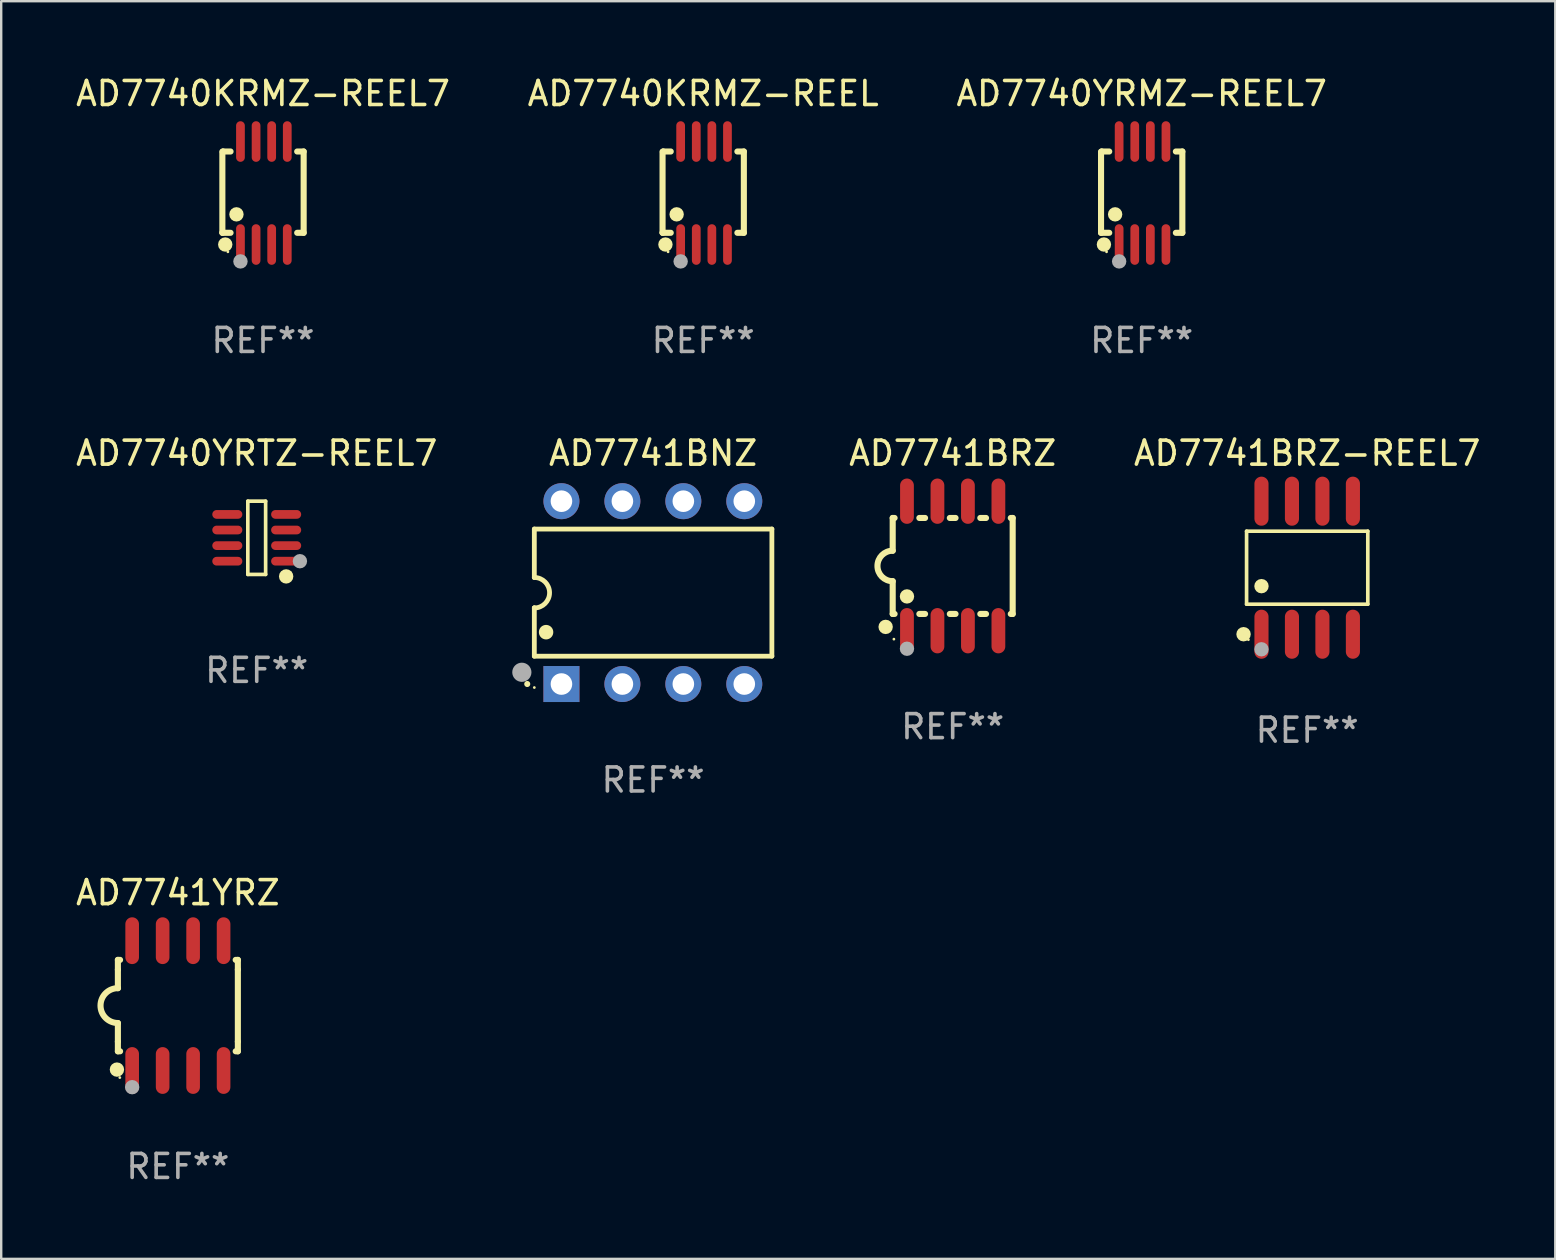
<source format=kicad_pcb>
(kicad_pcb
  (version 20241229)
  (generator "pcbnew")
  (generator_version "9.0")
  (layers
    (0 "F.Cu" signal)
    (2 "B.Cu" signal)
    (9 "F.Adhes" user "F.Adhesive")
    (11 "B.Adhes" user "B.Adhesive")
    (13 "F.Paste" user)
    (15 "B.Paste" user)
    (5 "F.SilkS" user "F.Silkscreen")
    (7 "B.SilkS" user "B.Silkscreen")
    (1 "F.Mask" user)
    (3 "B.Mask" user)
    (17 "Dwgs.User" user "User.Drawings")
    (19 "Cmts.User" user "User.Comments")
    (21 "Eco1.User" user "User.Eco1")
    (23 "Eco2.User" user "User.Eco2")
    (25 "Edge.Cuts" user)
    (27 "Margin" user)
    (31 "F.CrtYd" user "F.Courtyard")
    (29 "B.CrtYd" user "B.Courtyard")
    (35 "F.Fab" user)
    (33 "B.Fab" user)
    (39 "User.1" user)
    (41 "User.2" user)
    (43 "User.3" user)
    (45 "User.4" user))
  (footprint "AD7740YRMZ-REEL7"
    (layer "F.Cu")
    (at 44.53 4.994)
    (property "Reference" "AD7740YRMZ-REEL7" (at 0 -4.146 0) (layer "F.SilkS") (effects (font (size 1 1) (thickness 0.15))))
    (attr through_hole)
    (fp_line (start -1.694 -1.724) (end -1.694 1.652) (stroke (width 0.254) (type solid)) (layer "F.SilkS"))
    (fp_line (start -1.694 1.652) (end -1.688 1.658) (stroke (width 0.254) (type solid)) (layer "F.SilkS"))
    (fp_line (start -1.688 1.658) (end -1.353 1.658) (stroke (width 0.254) (type solid)) (layer "F.SilkS"))
    (fp_line (start -1.661 -1.73) (end -1.681 -1.71) (stroke (width 0.254) (type solid)) (layer "F.SilkS"))
    (fp_line (start -1.353 -1.73) (end -1.661 -1.73) (stroke (width 0.254) (type solid)) (layer "F.SilkS"))
    (fp_line (start 1.424 1.658) (end 1.694 1.658) (stroke (width 0.254) (type solid)) (layer "F.SilkS"))
    (fp_line (start 1.694 -1.73) (end 1.424 -1.73) (stroke (width 0.254) (type solid)) (layer "F.SilkS"))
    (fp_line (start 1.694 1.658) (end 1.694 -1.73) (stroke (width 0.254) (type solid)) (layer "F.SilkS"))
    (fp_circle (center -1.574 2.146) (end -1.424 2.146) (stroke (width 0.3) (type solid)) (fill no) (layer "F.SilkS"))
    (fp_circle (center -1.464 2.45) (end -1.434 2.45) (stroke (width 0.06) (type solid)) (fill no) (layer "F.SilkS"))
    (fp_circle (center -1.107 0.889) (end -0.957 0.889) (stroke (width 0.3) (type solid)) (fill no) (layer "F.SilkS"))
    (fp_circle (center -0.94 2.85) (end -0.789 2.85) (stroke (width 0.3) (type solid)) (fill no) (layer "F.Fab"))
    (fp_text user "REF**" (at 0 6.146 0) (layer "F.Fab") (effects (font (size 1 1) (thickness 0.15))))
    (pad "1" smd oval (at -0.94 2.146) (size 0.364 1.692) (layers "F.Cu" "F.Mask" "F.Paste"))
    (pad "2" smd oval (at -0.289 2.146) (size 0.364 1.692) (layers "F.Cu" "F.Mask" "F.Paste"))
    (pad "3" smd oval (at 0.361 2.146) (size 0.364 1.692) (layers "F.Cu" "F.Mask" "F.Paste"))
    (pad "4" smd oval (at 1.011 2.146) (size 0.364 1.692) (layers "F.Cu" "F.Mask" "F.Paste"))
    (pad "5" smd oval (at 1.011 -2.146) (size 0.364 1.692) (layers "F.Cu" "F.Mask" "F.Paste"))
    (pad "6" smd oval (at 0.361 -2.146) (size 0.364 1.692) (layers "F.Cu" "F.Mask" "F.Paste"))
    (pad "7" smd oval (at -0.289 -2.146) (size 0.364 1.692) (layers "F.Cu" "F.Mask" "F.Paste"))
    (pad "8" smd oval (at -0.94 -2.146) (size 0.364 1.692) (layers "F.Cu" "F.Mask" "F.Paste")))
  (footprint "AD7741BRZ-REEL7"
    (layer "F.Cu")
    (at 51.427 20.609)
    (property "Reference" "AD7741BRZ-REEL7" (at 0 -4.772 0) (layer "F.SilkS") (effects (font (size 1 1) (thickness 0.15))))
    (attr through_hole)
    (fp_line (start -2.526 -1.521) (end 2.526 -1.521) (stroke (width 0.152) (type solid)) (layer "F.SilkS"))
    (fp_line (start -2.526 1.521) (end -2.526 -1.521) (stroke (width 0.152) (type solid)) (layer "F.SilkS"))
    (fp_line (start 2.526 -1.521) (end 2.526 1.521) (stroke (width 0.152) (type solid)) (layer "F.SilkS"))
    (fp_line (start 2.526 1.521) (end -2.526 1.521) (stroke (width 0.152) (type solid)) (layer "F.SilkS"))
    (fp_circle (center -2.652 2.772) (end -2.501 2.772) (stroke (width 0.3) (type solid)) (fill no) (layer "F.SilkS"))
    (fp_circle (center -2.45 3) (end -2.42 3) (stroke (width 0.06) (type solid)) (fill no) (layer "F.SilkS"))
    (fp_circle (center -1.905 0.769) (end -1.755 0.769) (stroke (width 0.3) (type solid)) (fill no) (layer "F.SilkS"))
    (fp_circle (center -1.905 3.4) (end -1.755 3.4) (stroke (width 0.3) (type solid)) (fill no) (layer "F.Fab"))
    (fp_text user "REF**" (at 0 6.772 0) (layer "F.Fab") (effects (font (size 1 1) (thickness 0.15))))
    (pad "1" smd oval (at -1.905 2.772) (size 0.588 2.045) (layers "F.Cu" "F.Mask" "F.Paste"))
    (pad "2" smd oval (at -0.635 2.772) (size 0.588 2.045) (layers "F.Cu" "F.Mask" "F.Paste"))
    (pad "3" smd oval (at 0.635 2.772) (size 0.588 2.045) (layers "F.Cu" "F.Mask" "F.Paste"))
    (pad "4" smd oval (at 1.905 2.772) (size 0.588 2.045) (layers "F.Cu" "F.Mask" "F.Paste"))
    (pad "5" smd oval (at 1.905 -2.772) (size 0.588 2.045) (layers "F.Cu" "F.Mask" "F.Paste"))
    (pad "6" smd oval (at 0.635 -2.772) (size 0.588 2.045) (layers "F.Cu" "F.Mask" "F.Paste"))
    (pad "7" smd oval (at -0.635 -2.772) (size 0.588 2.045) (layers "F.Cu" "F.Mask" "F.Paste"))
    (pad "8" smd oval (at -1.905 -2.772) (size 0.588 2.045) (layers "F.Cu" "F.Mask" "F.Paste")))
  (footprint "AD7740KRMZ-REEL7"
    (layer "F.Cu")
    (at 7.911 4.994)
    (property "Reference" "AD7740KRMZ-REEL7" (at 0 -4.146 0) (layer "F.SilkS") (effects (font (size 1 1) (thickness 0.15))))
    (attr through_hole)
    (fp_line (start -1.694 -1.724) (end -1.694 1.652) (stroke (width 0.254) (type solid)) (layer "F.SilkS"))
    (fp_line (start -1.694 1.652) (end -1.688 1.658) (stroke (width 0.254) (type solid)) (layer "F.SilkS"))
    (fp_line (start -1.688 1.658) (end -1.353 1.658) (stroke (width 0.254) (type solid)) (layer "F.SilkS"))
    (fp_line (start -1.661 -1.73) (end -1.681 -1.71) (stroke (width 0.254) (type solid)) (layer "F.SilkS"))
    (fp_line (start -1.353 -1.73) (end -1.661 -1.73) (stroke (width 0.254) (type solid)) (layer "F.SilkS"))
    (fp_line (start 1.424 1.658) (end 1.694 1.658) (stroke (width 0.254) (type solid)) (layer "F.SilkS"))
    (fp_line (start 1.694 -1.73) (end 1.424 -1.73) (stroke (width 0.254) (type solid)) (layer "F.SilkS"))
    (fp_line (start 1.694 1.658) (end 1.694 -1.73) (stroke (width 0.254) (type solid)) (layer "F.SilkS"))
    (fp_circle (center -1.574 2.146) (end -1.424 2.146) (stroke (width 0.3) (type solid)) (fill no) (layer "F.SilkS"))
    (fp_circle (center -1.464 2.45) (end -1.434 2.45) (stroke (width 0.06) (type solid)) (fill no) (layer "F.SilkS"))
    (fp_circle (center -1.107 0.889) (end -0.957 0.889) (stroke (width 0.3) (type solid)) (fill no) (layer "F.SilkS"))
    (fp_circle (center -0.94 2.85) (end -0.789 2.85) (stroke (width 0.3) (type solid)) (fill no) (layer "F.Fab"))
    (fp_text user "REF**" (at 0 6.146 0) (layer "F.Fab") (effects (font (size 1 1) (thickness 0.15))))
    (pad "1" smd oval (at -0.94 2.146) (size 0.364 1.692) (layers "F.Cu" "F.Mask" "F.Paste"))
    (pad "2" smd oval (at -0.289 2.146) (size 0.364 1.692) (layers "F.Cu" "F.Mask" "F.Paste"))
    (pad "3" smd oval (at 0.361 2.146) (size 0.364 1.692) (layers "F.Cu" "F.Mask" "F.Paste"))
    (pad "4" smd oval (at 1.011 2.146) (size 0.364 1.692) (layers "F.Cu" "F.Mask" "F.Paste"))
    (pad "5" smd oval (at 1.011 -2.146) (size 0.364 1.692) (layers "F.Cu" "F.Mask" "F.Paste"))
    (pad "6" smd oval (at 0.361 -2.146) (size 0.364 1.692) (layers "F.Cu" "F.Mask" "F.Paste"))
    (pad "7" smd oval (at -0.289 -2.146) (size 0.364 1.692) (layers "F.Cu" "F.Mask" "F.Paste"))
    (pad "8" smd oval (at -0.94 -2.146) (size 0.364 1.692) (layers "F.Cu" "F.Mask" "F.Paste")))
  (footprint "AD7740KRMZ-REEL"
    (layer "F.Cu")
    (at 26.256 4.994)
    (property "Reference" "AD7740KRMZ-REEL" (at 0 -4.146 0) (layer "F.SilkS") (effects (font (size 1 1) (thickness 0.15))))
    (attr through_hole)
    (fp_line (start -1.694 -1.724) (end -1.694 1.652) (stroke (width 0.254) (type solid)) (layer "F.SilkS"))
    (fp_line (start -1.694 1.652) (end -1.688 1.658) (stroke (width 0.254) (type solid)) (layer "F.SilkS"))
    (fp_line (start -1.688 1.658) (end -1.353 1.658) (stroke (width 0.254) (type solid)) (layer "F.SilkS"))
    (fp_line (start -1.661 -1.73) (end -1.681 -1.71) (stroke (width 0.254) (type solid)) (layer "F.SilkS"))
    (fp_line (start -1.353 -1.73) (end -1.661 -1.73) (stroke (width 0.254) (type solid)) (layer "F.SilkS"))
    (fp_line (start 1.424 1.658) (end 1.694 1.658) (stroke (width 0.254) (type solid)) (layer "F.SilkS"))
    (fp_line (start 1.694 -1.73) (end 1.424 -1.73) (stroke (width 0.254) (type solid)) (layer "F.SilkS"))
    (fp_line (start 1.694 1.658) (end 1.694 -1.73) (stroke (width 0.254) (type solid)) (layer "F.SilkS"))
    (fp_circle (center -1.574 2.146) (end -1.424 2.146) (stroke (width 0.3) (type solid)) (fill no) (layer "F.SilkS"))
    (fp_circle (center -1.464 2.45) (end -1.434 2.45) (stroke (width 0.06) (type solid)) (fill no) (layer "F.SilkS"))
    (fp_circle (center -1.107 0.889) (end -0.957 0.889) (stroke (width 0.3) (type solid)) (fill no) (layer "F.SilkS"))
    (fp_circle (center -0.94 2.85) (end -0.789 2.85) (stroke (width 0.3) (type solid)) (fill no) (layer "F.Fab"))
    (fp_text user "REF**" (at 0 6.146 0) (layer "F.Fab") (effects (font (size 1 1) (thickness 0.15))))
    (pad "1" smd oval (at -0.94 2.146) (size 0.364 1.692) (layers "F.Cu" "F.Mask" "F.Paste"))
    (pad "2" smd oval (at -0.289 2.146) (size 0.364 1.692) (layers "F.Cu" "F.Mask" "F.Paste"))
    (pad "3" smd oval (at 0.361 2.146) (size 0.364 1.692) (layers "F.Cu" "F.Mask" "F.Paste"))
    (pad "4" smd oval (at 1.011 2.146) (size 0.364 1.692) (layers "F.Cu" "F.Mask" "F.Paste"))
    (pad "5" smd oval (at 1.011 -2.146) (size 0.364 1.692) (layers "F.Cu" "F.Mask" "F.Paste"))
    (pad "6" smd oval (at 0.361 -2.146) (size 0.364 1.692) (layers "F.Cu" "F.Mask" "F.Paste"))
    (pad "7" smd oval (at -0.289 -2.146) (size 0.364 1.692) (layers "F.Cu" "F.Mask" "F.Paste"))
    (pad "8" smd oval (at -0.94 -2.146) (size 0.364 1.692) (layers "F.Cu" "F.Mask" "F.Paste")))
  (footprint "AD7741BRZ"
    (layer "F.Cu")
    (at 36.653 20.536)
    (property "Reference" "AD7741BRZ" (at 0 -4.699 0) (layer "F.SilkS") (effects (font (size 1 1) (thickness 0.15))))
    (attr through_hole)
    (fp_line (start -2.5 -2) (end -2.5 -0.635) (stroke (width 0.254) (type solid)) (layer "F.SilkS"))
    (fp_line (start -2.5 -2) (end -2.421 -2) (stroke (width 0.254) (type solid)) (layer "F.SilkS"))
    (fp_line (start -2.5 2) (end -2.5 0.635) (stroke (width 0.254) (type solid)) (layer "F.SilkS"))
    (fp_line (start -2.5 2) (end -2.421 2) (stroke (width 0.254) (type solid)) (layer "F.SilkS"))
    (fp_line (start -1.389 -2) (end -1.151 -2) (stroke (width 0.254) (type solid)) (layer "F.SilkS"))
    (fp_line (start -1.389 2) (end -1.151 2) (stroke (width 0.254) (type solid)) (layer "F.SilkS"))
    (fp_line (start -0.119 -2) (end 0.119 -2) (stroke (width 0.254) (type solid)) (layer "F.SilkS"))
    (fp_line (start -0.119 2) (end 0.119 2) (stroke (width 0.254) (type solid)) (layer "F.SilkS"))
    (fp_line (start 1.151 -2) (end 1.389 -2) (stroke (width 0.254) (type solid)) (layer "F.SilkS"))
    (fp_line (start 1.151 2) (end 1.389 2) (stroke (width 0.254) (type solid)) (layer "F.SilkS"))
    (fp_line (start 2.421 -2) (end 2.5 -2) (stroke (width 0.254) (type solid)) (layer "F.SilkS"))
    (fp_line (start 2.421 2) (end 2.5 2) (stroke (width 0.254) (type solid)) (layer "F.SilkS"))
    (fp_line (start 2.5 -2) (end 2.5 2) (stroke (width 0.254) (type solid)) (layer "F.SilkS"))
    (fp_arc (start -2.5 0.635001) (mid -3.134366 -0.000318) (end -2.499365 -0.635001) (stroke (width 0.254001) (type solid)) (layer "F.SilkS"))
    (fp_circle (center -2.794 2.54) (end -2.644 2.54) (stroke (width 0.3) (type solid)) (fill no) (layer "F.SilkS"))
    (fp_circle (center -2.45 3.05) (end -2.42 3.05) (stroke (width 0.06) (type solid)) (fill no) (layer "F.SilkS"))
    (fp_circle (center -1.905 1.27) (end -1.755 1.27) (stroke (width 0.3) (type solid)) (fill no) (layer "F.SilkS"))
    (fp_circle (center -1.905 3.45) (end -1.755 3.45) (stroke (width 0.3) (type solid)) (fill no) (layer "F.Fab"))
    (fp_text user "REF**" (at 0 6.699 0) (layer "F.Fab") (effects (font (size 1 1) (thickness 0.15))))
    (pad "1" smd oval (at -1.905 2.699) (size 0.574 1.888) (layers "F.Cu" "F.Mask" "F.Paste"))
    (pad "2" smd oval (at -0.635 2.699) (size 0.574 1.888) (layers "F.Cu" "F.Mask" "F.Paste"))
    (pad "3" smd oval (at 0.635 2.699) (size 0.574 1.888) (layers "F.Cu" "F.Mask" "F.Paste"))
    (pad "4" smd oval (at 1.905 2.699) (size 0.574 1.888) (layers "F.Cu" "F.Mask" "F.Paste"))
    (pad "5" smd oval (at 1.905 -2.699) (size 0.574 1.888) (layers "F.Cu" "F.Mask" "F.Paste"))
    (pad "6" smd oval (at 0.635 -2.699) (size 0.574 1.888) (layers "F.Cu" "F.Mask" "F.Paste"))
    (pad "7" smd oval (at -0.635 -2.699) (size 0.574 1.888) (layers "F.Cu" "F.Mask" "F.Paste"))
    (pad "8" smd oval (at -1.905 -2.699) (size 0.574 1.888) (layers "F.Cu" "F.Mask" "F.Paste")))
  (footprint "AD7741YRZ"
    (layer "F.Cu")
    (at 4.363 38.858)
    (property "Reference" "AD7741YRZ" (at 0 -4.705 0) (layer "F.SilkS") (effects (font (size 1 1) (thickness 0.15))))
    (attr through_hole)
    (fp_line (start -2.5 -1.905) (end -2.409 -1.905) (stroke (width 0.254) (type solid)) (layer "F.SilkS"))
    (fp_line (start -2.5 -1.5) (end -2.5 -1.905) (stroke (width 0.254) (type solid)) (layer "F.SilkS"))
    (fp_line (start -2.5 -1.5) (end -2.5 -0.726) (stroke (width 0.254) (type solid)) (layer "F.SilkS"))
    (fp_line (start -2.5 1.5) (end -2.5 0.727) (stroke (width 0.254) (type solid)) (layer "F.SilkS"))
    (fp_line (start -2.5 1.5) (end -2.5 1.905) (stroke (width 0.254) (type solid)) (layer "F.SilkS"))
    (fp_line (start -2.5 1.905) (end -2.409 1.905) (stroke (width 0.254) (type solid)) (layer "F.SilkS"))
    (fp_line (start 2.5 -1.905) (end 2.409 -1.905) (stroke (width 0.254) (type solid)) (layer "F.SilkS"))
    (fp_line (start 2.5 -1.5) (end 2.5 -1.905) (stroke (width 0.254) (type solid)) (layer "F.SilkS"))
    (fp_line (start 2.5 -1.5) (end 2.5 1.5) (stroke (width 0.254) (type solid)) (layer "F.SilkS"))
    (fp_line (start 2.5 1.5) (end 2.5 1.905) (stroke (width 0.254) (type solid)) (layer "F.SilkS"))
    (fp_line (start 2.5 1.905) (end 2.409 1.905) (stroke (width 0.254) (type solid)) (layer "F.SilkS"))
    (fp_arc (start -2.5 0.726568) (mid -3.220316 -0.0023) (end -2.495097 -0.726289) (stroke (width 0.254001) (type solid)) (layer "F.SilkS"))
    (fp_circle (center -2.54 2.667) (end -2.39 2.667) (stroke (width 0.3) (type solid)) (fill no) (layer "F.SilkS"))
    (fp_circle (center -2.42 3) (end -2.39 3) (stroke (width 0.06) (type solid)) (fill no) (layer "F.SilkS"))
    (fp_circle (center -1.905 3.4) (end -1.755 3.4) (stroke (width 0.3) (type solid)) (fill no) (layer "F.Fab"))
    (fp_text user "REF**" (at 0 6.705 0) (layer "F.Fab") (effects (font (size 1 1) (thickness 0.15))))
    (pad "1" smd oval (at -1.905 2.705) (size 0.568 1.95) (layers "F.Cu" "F.Mask" "F.Paste"))
    (pad "2" smd oval (at -0.635 2.705) (size 0.568 1.95) (layers "F.Cu" "F.Mask" "F.Paste"))
    (pad "3" smd oval (at 0.635 2.705) (size 0.568 1.95) (layers "F.Cu" "F.Mask" "F.Paste"))
    (pad "4" smd oval (at 1.905 2.705) (size 0.568 1.95) (layers "F.Cu" "F.Mask" "F.Paste"))
    (pad "5" smd oval (at 1.905 -2.705) (size 0.568 1.95) (layers "F.Cu" "F.Mask" "F.Paste"))
    (pad "6" smd oval (at 0.635 -2.705) (size 0.568 1.95) (layers "F.Cu" "F.Mask" "F.Paste"))
    (pad "7" smd oval (at -0.635 -2.705) (size 0.568 1.95) (layers "F.Cu" "F.Mask" "F.Paste"))
    (pad "8" smd oval (at -1.905 -2.705) (size 0.568 1.95) (layers "F.Cu" "F.Mask" "F.Paste")))
  (footprint "AD7740YRTZ-REEL7"
    (layer "F.Cu")
    (at 7.649 19.363)
    (property "Reference" "AD7740YRTZ-REEL7" (at 0 -3.526 0) (layer "F.SilkS") (effects (font (size 1 1) (thickness 0.15))))
    (attr through_hole)
    (fp_line (start -0.371 -1.526) (end 0.371 -1.526) (stroke (width 0.152) (type solid)) (layer "F.SilkS"))
    (fp_line (start -0.371 1.526) (end -0.371 -1.526) (stroke (width 0.152) (type solid)) (layer "F.SilkS"))
    (fp_line (start 0.371 -1.526) (end 0.371 1.526) (stroke (width 0.152) (type solid)) (layer "F.SilkS"))
    (fp_line (start 0.371 1.526) (end -0.371 1.526) (stroke (width 0.152) (type solid)) (layer "F.SilkS"))
    (fp_circle (center 1.226 1.609) (end 1.376 1.609) (stroke (width 0.3) (type solid)) (fill no) (layer "F.SilkS"))
    (fp_circle (center 1.4 1.45) (end 1.43 1.45) (stroke (width 0.06) (type solid)) (fill no) (layer "F.SilkS"))
    (fp_circle (center 1.8 0.975) (end 1.95 0.975) (stroke (width 0.3) (type solid)) (fill no) (layer "F.Fab"))
    (fp_text user "REF**" (at 0 5.526 0) (layer "F.Fab") (effects (font (size 1 1) (thickness 0.15))))
    (pad "1" smd oval (at 1.226 0.975) (size 1.252 0.364) (layers "F.Cu" "F.Mask" "F.Paste"))
    (pad "2" smd oval (at 1.226 0.325) (size 1.252 0.364) (layers "F.Cu" "F.Mask" "F.Paste"))
    (pad "3" smd oval (at 1.226 -0.325) (size 1.252 0.364) (layers "F.Cu" "F.Mask" "F.Paste"))
    (pad "4" smd oval (at 1.226 -0.975) (size 1.252 0.364) (layers "F.Cu" "F.Mask" "F.Paste"))
    (pad "5" smd oval (at -1.226 -0.975) (size 1.252 0.364) (layers "F.Cu" "F.Mask" "F.Paste"))
    (pad "6" smd oval (at -1.226 -0.325) (size 1.252 0.364) (layers "F.Cu" "F.Mask" "F.Paste"))
    (pad "7" smd oval (at -1.226 0.325) (size 1.252 0.364) (layers "F.Cu" "F.Mask" "F.Paste"))
    (pad "8" smd oval (at -1.226 0.975) (size 1.252 0.364) (layers "F.Cu" "F.Mask" "F.Paste")))
  (footprint "AD7741BNZ"
    (layer "F.Cu")
    (at 24.168 21.647)
    (property "Reference" "AD7741BNZ" (at 0 -5.81 0) (layer "F.SilkS") (effects (font (size 1 1) (thickness 0.15))))
    (attr through_hole)
    (fp_line (start -4.95 -2.649) (end 4.95 -2.649) (stroke (width 0.2) (type solid)) (layer "F.SilkS"))
    (fp_line (start -4.95 -0.635) (end -4.95 -2.649) (stroke (width 0.2) (type solid)) (layer "F.SilkS"))
    (fp_line (start -4.95 0.635) (end -4.95 0.64) (stroke (width 0.2) (type solid)) (layer "F.SilkS"))
    (fp_line (start -4.95 2.649) (end -4.95 0.635) (stroke (width 0.2) (type solid)) (layer "F.SilkS"))
    (fp_line (start -4.95 -0.64) (end -4.95 -0.635) (stroke (width 0.2) (type solid)) (layer "F.SilkS"))
    (fp_line (start 4.95 -2.649) (end 4.95 2.649) (stroke (width 0.2) (type solid)) (layer "F.SilkS"))
    (fp_line (start 4.95 2.649) (end -4.95 2.649) (stroke (width 0.2) (type solid)) (layer "F.SilkS"))
    (fp_arc (start -5.24511 3.810008) (mid -5.245117 3.808738) (end -5.24511 3.807468) (stroke (width 0.25) (type solid)) (layer "F.SilkS"))
    (fp_arc (start -4.950165 -0.629997) (mid -4.315164 0.005004) (end -4.950165 0.640005) (stroke (width 0.2) (type solid)) (layer "F.SilkS"))
    (fp_arc (start -4.460249 1.651003) (mid -4.46026 1.648463) (end -4.460249 1.645923) (stroke (width 0.6) (type solid)) (layer "F.SilkS"))
    (fp_circle (center -4.95 3.956) (end -4.92 3.956) (stroke (width 0.06) (type solid)) (fill no) (layer "F.SilkS"))
    (fp_circle (center -5.47 3.32) (end -5.27 3.32) (stroke (width 0.4) (type solid)) (fill no) (layer "F.Fab"))
    (fp_text user "REF**" (at 0 7.81 0) (layer "F.Fab") (effects (font (size 1 1) (thickness 0.15))))
    (pad "1" thru_hole rect (at -3.82 3.81) (size 1.5 1.5) (drill 0.9) (layers "*.Cu" "*.Mask"))
    (pad "2" thru_hole circle (at -1.28 3.81) (size 1.5 1.5) (drill 0.9) (layers "*.Cu" "*.Mask"))
    (pad "3" thru_hole circle (at 1.26 3.81) (size 1.5 1.5) (drill 0.9) (layers "*.Cu" "*.Mask"))
    (pad "4" thru_hole circle (at 3.8 3.81) (size 1.5 1.5) (drill 0.9) (layers "*.Cu" "*.Mask"))
    (pad "5" thru_hole circle (at 3.8 -3.81) (size 1.5 1.5) (drill 0.9) (layers "*.Cu" "*.Mask"))
    (pad "6" thru_hole circle (at 1.26 -3.81) (size 1.5 1.5) (drill 0.9) (layers "*.Cu" "*.Mask"))
    (pad "7" thru_hole circle (at -1.28 -3.81) (size 1.5 1.5) (drill 0.9) (layers "*.Cu" "*.Mask"))
    (pad "8" thru_hole circle (at -3.82 -3.81) (size 1.5 1.5) (drill 0.9) (layers "*.Cu" "*.Mask")))
  (gr_rect
    (start -3 -3)
    (end 61.766 49.412)
    (stroke (width 0.1) (type default))
    (fill no)
    (layer "Edge.Cuts")))
</source>
